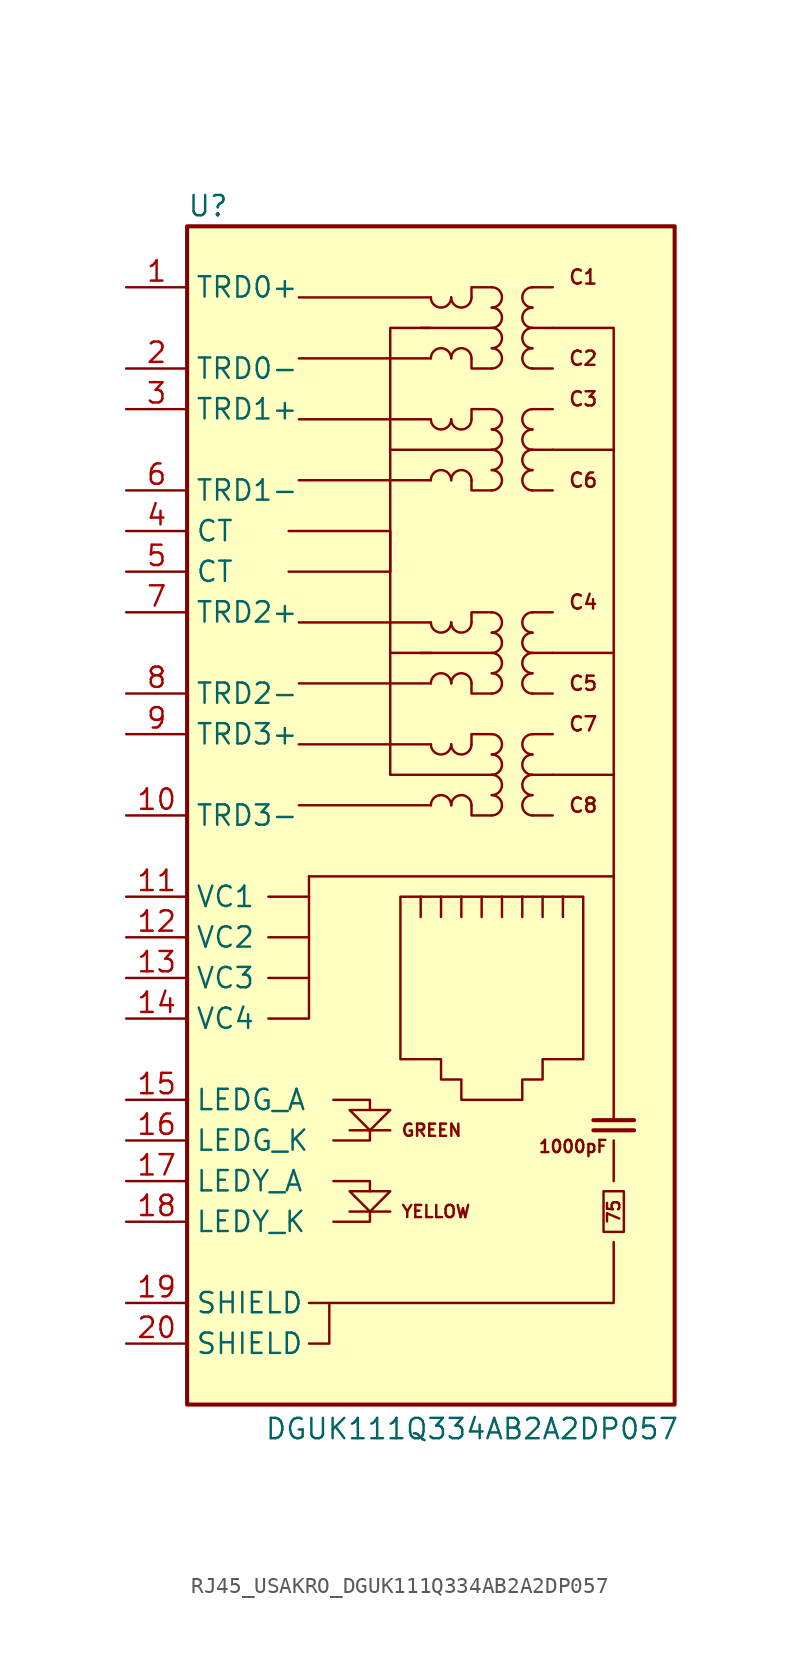
<source format=kicad_sym>
(kicad_symbol_lib
  (version 20241209)
  (generator "kicad_symbol_editor")
  (generator_version "9.0")
  (symbol "RJ45_USAKRO_DGUK111Q334AB2A2DP057"
    (property "Reference" "U"
      (at -17.78 76.2 0)
      (effects (font (size 1.27 1.27)) (justify left)))
    (property "Value" "DGUK111Q334AB2A2DP057"
      (at -12.954 -0.254 0)
      (effects (font (size 1.27 1.27)) (justify left)))
    (symbol "RJ45_USAKRO_DGUK111Q334AB2A2DP057_0_1"
      (polyline (pts (xy 1.27 60.96) (xy -5.08 60.96) (xy -5.08 68.58) (xy -2.54 68.58) (xy -5.08 68.58)) (stroke (width 0) (type default)) (fill (type none)))
      (polyline (pts (xy 1.27 40.64) (xy -5.08 40.64) (xy -5.08 48.26) (xy -2.54 48.26) (xy -5.08 48.26)) (stroke (width 0) (type default)) (fill (type none))))
    (symbol "RJ45_USAKRO_DGUK111Q334AB2A2DP057_1_1"
      (rectangle (start -17.78 1.27) (end 12.7 74.93) (stroke (width 0.254) (type default)) (fill (type background)))
      (polyline (pts (xy -12.7 33.02) (xy -10.16 33.02)) (stroke (width 0) (type default)) (fill (type none)))
      (polyline (pts (xy -12.7 30.48) (xy -10.16 30.48)) (stroke (width 0) (type default)) (fill (type none)))
      (polyline (pts (xy -12.7 27.94) (xy -10.16 27.94)) (stroke (width 0) (type default)) (fill (type none)))
      (polyline (pts (xy -11.43 53.34) (xy -5.08 53.34) (xy -5.08 55.88) (xy -11.43 55.88)) (stroke (width 0) (type default)) (fill (type none)))
      (polyline (pts (xy -10.16 34.29) (xy 8.89 34.29) (xy 8.89 68.58) (xy 5.08 68.58)) (stroke (width 0) (type default)) (fill (type none)))
      (polyline (pts (xy -10.16 33.02) (xy -10.16 34.29)) (stroke (width 0) (type default)) (fill (type none)))
      (polyline (pts (xy -10.16 33.02) (xy -10.16 25.4) (xy -12.7 25.4)) (stroke (width 0) (type default)) (fill (type none)))
      (polyline (pts (xy -10.16 5.08) (xy -8.89 5.08) (xy -8.89 7.62) (xy -10.16 7.62) (xy -8.89 7.62) (xy 8.89 7.62) (xy 8.89 11.43)) (stroke (width 0) (type default)) (fill (type none)))
      (polyline (pts (xy -8.636 20.32) (xy -6.35 20.32) (xy -6.35 19.685)) (stroke (width 0) (type default)) (fill (type none)))
      (polyline (pts (xy -8.636 15.24) (xy -6.35 15.24) (xy -6.35 14.605)) (stroke (width 0) (type default)) (fill (type none)))
      (polyline (pts (xy -8.636 12.7) (xy -6.35 12.7) (xy -6.35 13.335)) (stroke (width 0) (type default)) (fill (type none)))
      (polyline (pts (xy -7.62 19.685) (xy -5.08 19.685) (xy -6.35 18.415) (xy -7.62 19.685)) (stroke (width 0) (type default)) (fill (type none)))
      (polyline (pts (xy -6.35 18.415) (xy -6.35 17.78) (xy -8.636 17.78)) (stroke (width 0) (type default)) (fill (type none)))
      (polyline (pts (xy -5.08 48.26) (xy -5.08 60.96)) (stroke (width 0) (type default)) (fill (type none)))
      (polyline (pts (xy -5.08 18.415) (xy -7.62 18.415)) (stroke (width 0) (type default)) (fill (type none)))
      (polyline (pts (xy -5.08 14.605) (xy -7.62 14.605) (xy -6.35 13.335) (xy -5.08 14.605)) (stroke (width 0) (type default)) (fill (type none)))
      (polyline (pts (xy -5.08 13.335) (xy -7.62 13.335)) (stroke (width 0) (type default)) (fill (type none)))
      (polyline (pts (xy -4.445 33.02) (xy 6.985 33.02) (xy 6.985 22.86) (xy 4.445 22.86) (xy 4.445 21.59) (xy 3.175 21.59) (xy 3.175 20.32) (xy -0.635 20.32) (xy -0.635 21.59) (xy -1.905 21.59) (xy -1.905 22.86) (xy -4.445 22.86) (xy -4.445 33.02)) (stroke (width 0) (type default)) (fill (type none)))
      (polyline (pts (xy -3.175 68.58) (xy 1.27 68.58)) (stroke (width 0) (type default)) (fill (type none)))
      (polyline (pts (xy -3.175 48.26) (xy 1.27 48.26)) (stroke (width 0) (type default)) (fill (type none)))
      (polyline (pts (xy -3.175 31.75) (xy -3.175 33.02)) (stroke (width 0) (type default)) (fill (type none)))
      (polyline (pts (xy -2.54 70.485) (xy -10.795 70.485)) (stroke (width 0) (type default)) (fill (type none)))
      (polyline (pts (xy -2.54 66.675) (xy -10.795 66.675)) (stroke (width 0) (type default)) (fill (type none)))
      (polyline (pts (xy -2.54 62.865) (xy -10.795 62.865)) (stroke (width 0) (type default)) (fill (type none)))
      (polyline (pts (xy -2.54 59.055) (xy -10.795 59.055)) (stroke (width 0) (type default)) (fill (type none)))
      (polyline (pts (xy -2.54 50.165) (xy -10.795 50.165)) (stroke (width 0) (type default)) (fill (type none)))
      (polyline (pts (xy -2.54 46.355) (xy -10.795 46.355)) (stroke (width 0) (type default)) (fill (type none)))
      (polyline (pts (xy -2.54 42.545) (xy -10.795 42.545)) (stroke (width 0) (type default)) (fill (type none)))
      (polyline (pts (xy -2.54 38.735) (xy -10.795 38.735)) (stroke (width 0) (type default)) (fill (type none)))
      (arc (start -1.27 70.485) (mid -1.905 69.8527) (end -2.54 70.485) (stroke (width 0) (type default)) (fill (type none)))
      (arc (start -2.54 66.675) (mid -1.905 67.3072) (end -1.27 66.675) (stroke (width 0) (type default)) (fill (type none)))
      (arc (start -1.27 62.865) (mid -1.905 62.2327) (end -2.54 62.865) (stroke (width 0) (type default)) (fill (type none)))
      (arc (start -2.54 59.055) (mid -1.905 59.6872) (end -1.27 59.055) (stroke (width 0) (type default)) (fill (type none)))
      (arc (start -1.27 50.165) (mid -1.905 49.5327) (end -2.54 50.165) (stroke (width 0) (type default)) (fill (type none)))
      (arc (start -2.54 46.355) (mid -1.905 46.9872) (end -1.27 46.355) (stroke (width 0) (type default)) (fill (type none)))
      (arc (start -1.27 42.545) (mid -1.905 41.9127) (end -2.54 42.545) (stroke (width 0) (type default)) (fill (type none)))
      (arc (start -2.54 38.735) (mid -1.905 39.3672) (end -1.27 38.735) (stroke (width 0) (type default)) (fill (type none)))
      (polyline (pts (xy -1.905 33.02) (xy -1.905 31.75)) (stroke (width 0) (type default)) (fill (type none)))
      (arc (start 0 70.485) (mid -0.635 69.8527) (end -1.27 70.485) (stroke (width 0) (type default)) (fill (type none)))
      (arc (start -1.27 66.675) (mid -0.635 67.3072) (end 0 66.675) (stroke (width 0) (type default)) (fill (type none)))
      (arc (start 0 62.865) (mid -0.635 62.2327) (end -1.27 62.865) (stroke (width 0) (type default)) (fill (type none)))
      (arc (start -1.27 59.055) (mid -0.635 59.6872) (end 0 59.055) (stroke (width 0) (type default)) (fill (type none)))
      (arc (start 0 50.165) (mid -0.635 49.5327) (end -1.27 50.165) (stroke (width 0) (type default)) (fill (type none)))
      (arc (start -1.27 46.355) (mid -0.635 46.9872) (end 0 46.355) (stroke (width 0) (type default)) (fill (type none)))
      (arc (start 0 42.545) (mid -0.635 41.9127) (end -1.27 42.545) (stroke (width 0) (type default)) (fill (type none)))
      (arc (start -1.27 38.735) (mid -0.635 39.3672) (end 0 38.735) (stroke (width 0) (type default)) (fill (type none)))
      (polyline (pts (xy -0.635 33.02) (xy -0.635 31.75)) (stroke (width 0) (type default)) (fill (type none)))
      (polyline (pts (xy 0 66.675) (xy 0 66.04) (xy 1.27 66.04)) (stroke (width 0) (type default)) (fill (type none)))
      (polyline (pts (xy 0 59.055) (xy 0 58.42) (xy 1.27 58.42)) (stroke (width 0) (type default)) (fill (type none)))
      (polyline (pts (xy 0 46.355) (xy 0 45.72) (xy 1.27 45.72)) (stroke (width 0) (type default)) (fill (type none)))
      (polyline (pts (xy 0 38.735) (xy 0 38.1) (xy 1.27 38.1)) (stroke (width 0) (type default)) (fill (type none)))
      (polyline (pts (xy 0.635 33.02) (xy 0.635 31.75)) (stroke (width 0) (type default)) (fill (type none)))
      (arc (start 1.27 71.12) (mid 1.9022 70.485) (end 1.27 69.85) (stroke (width 0) (type default)) (fill (type none)))
      (arc (start 1.27 69.85) (mid 1.9022 69.215) (end 1.27 68.58) (stroke (width 0) (type default)) (fill (type none)))
      (arc (start 1.27 68.58) (mid 1.9022 67.945) (end 1.27 67.31) (stroke (width 0) (type default)) (fill (type none)))
      (arc (start 1.27 67.31) (mid 1.9022 66.675) (end 1.27 66.04) (stroke (width 0) (type default)) (fill (type none)))
      (arc (start 1.27 63.5) (mid 1.9022 62.865) (end 1.27 62.23) (stroke (width 0) (type default)) (fill (type none)))
      (arc (start 1.27 62.23) (mid 1.9022 61.595) (end 1.27 60.96) (stroke (width 0) (type default)) (fill (type none)))
      (arc (start 1.27 60.96) (mid 1.9022 60.325) (end 1.27 59.69) (stroke (width 0) (type default)) (fill (type none)))
      (arc (start 1.27 59.69) (mid 1.9022 59.055) (end 1.27 58.42) (stroke (width 0) (type default)) (fill (type none)))
      (arc (start 1.27 50.8) (mid 1.9022 50.165) (end 1.27 49.53) (stroke (width 0) (type default)) (fill (type none)))
      (arc (start 1.27 49.53) (mid 1.9022 48.895) (end 1.27 48.26) (stroke (width 0) (type default)) (fill (type none)))
      (arc (start 1.27 48.26) (mid 1.9022 47.625) (end 1.27 46.99) (stroke (width 0) (type default)) (fill (type none)))
      (arc (start 1.27 46.99) (mid 1.9022 46.355) (end 1.27 45.72) (stroke (width 0) (type default)) (fill (type none)))
      (arc (start 1.27 43.18) (mid 1.9022 42.545) (end 1.27 41.91) (stroke (width 0) (type default)) (fill (type none)))
      (arc (start 1.27 41.91) (mid 1.9022 41.275) (end 1.27 40.64) (stroke (width 0) (type default)) (fill (type none)))
      (arc (start 1.27 40.64) (mid 1.9022 40.005) (end 1.27 39.37) (stroke (width 0) (type default)) (fill (type none)))
      (arc (start 1.27 39.37) (mid 1.9022 38.735) (end 1.27 38.1) (stroke (width 0) (type default)) (fill (type none)))
      (polyline (pts (xy 1.27 71.12) (xy 0 71.12) (xy 0 70.485)) (stroke (width 0) (type default)) (fill (type none)))
      (polyline (pts (xy 1.27 63.5) (xy 0 63.5) (xy 0 62.865)) (stroke (width 0) (type default)) (fill (type none)))
      (polyline (pts (xy 1.27 50.8) (xy 0 50.8) (xy 0 50.165)) (stroke (width 0) (type default)) (fill (type none)))
      (polyline (pts (xy 1.27 43.18) (xy 0 43.18) (xy 0 42.545)) (stroke (width 0) (type default)) (fill (type none)))
      (polyline (pts (xy 1.905 33.02) (xy 1.905 31.75)) (stroke (width 0) (type default)) (fill (type none)))
      (polyline (pts (xy 3.175 33.02) (xy 3.175 31.75)) (stroke (width 0) (type default)) (fill (type none)))
      (polyline (pts (xy 3.81 71.12) (xy 5.08 71.12)) (stroke (width 0) (type default)) (fill (type none)))
      (polyline (pts (xy 3.81 68.58) (xy 5.08 68.58)) (stroke (width 0) (type default)) (fill (type none)))
      (polyline (pts (xy 3.81 66.04) (xy 5.08 66.04)) (stroke (width 0) (type default)) (fill (type none)))
      (polyline (pts (xy 3.81 63.5) (xy 5.08 63.5)) (stroke (width 0) (type default)) (fill (type none)))
      (polyline (pts (xy 3.81 60.96) (xy 5.08 60.96)) (stroke (width 0) (type default)) (fill (type none)))
      (polyline (pts (xy 3.81 58.42) (xy 5.08 58.42)) (stroke (width 0) (type default)) (fill (type none)))
      (polyline (pts (xy 3.81 50.8) (xy 5.08 50.8)) (stroke (width 0) (type default)) (fill (type none)))
      (polyline (pts (xy 3.81 48.26) (xy 5.08 48.26)) (stroke (width 0) (type default)) (fill (type none)))
      (polyline (pts (xy 3.81 45.72) (xy 5.08 45.72)) (stroke (width 0) (type default)) (fill (type none)))
      (polyline (pts (xy 3.81 43.18) (xy 5.08 43.18)) (stroke (width 0) (type default)) (fill (type none)))
      (polyline (pts (xy 3.81 40.64) (xy 5.08 40.64)) (stroke (width 0) (type default)) (fill (type none)))
      (polyline (pts (xy 3.81 38.1) (xy 5.08 38.1)) (stroke (width 0) (type default)) (fill (type none)))
      (arc (start 3.81 69.85) (mid 3.178 70.485) (end 3.81 71.12) (stroke (width 0) (type default)) (fill (type none)))
      (arc (start 3.81 68.58) (mid 3.178 69.215) (end 3.81 69.85) (stroke (width 0) (type default)) (fill (type none)))
      (arc (start 3.81 67.31) (mid 3.178 67.945) (end 3.81 68.58) (stroke (width 0) (type default)) (fill (type none)))
      (arc (start 3.81 66.04) (mid 3.178 66.675) (end 3.81 67.31) (stroke (width 0) (type default)) (fill (type none)))
      (arc (start 3.81 62.23) (mid 3.178 62.865) (end 3.81 63.5) (stroke (width 0) (type default)) (fill (type none)))
      (arc (start 3.81 60.96) (mid 3.178 61.595) (end 3.81 62.23) (stroke (width 0) (type default)) (fill (type none)))
      (arc (start 3.81 59.69) (mid 3.178 60.325) (end 3.81 60.96) (stroke (width 0) (type default)) (fill (type none)))
      (arc (start 3.81 58.42) (mid 3.178 59.055) (end 3.81 59.69) (stroke (width 0) (type default)) (fill (type none)))
      (arc (start 3.81 49.53) (mid 3.178 50.165) (end 3.81 50.8) (stroke (width 0) (type default)) (fill (type none)))
      (arc (start 3.81 48.26) (mid 3.178 48.895) (end 3.81 49.53) (stroke (width 0) (type default)) (fill (type none)))
      (arc (start 3.81 46.99) (mid 3.178 47.625) (end 3.81 48.26) (stroke (width 0) (type default)) (fill (type none)))
      (arc (start 3.81 45.72) (mid 3.178 46.355) (end 3.81 46.99) (stroke (width 0) (type default)) (fill (type none)))
      (arc (start 3.81 41.91) (mid 3.178 42.545) (end 3.81 43.18) (stroke (width 0) (type default)) (fill (type none)))
      (arc (start 3.81 40.64) (mid 3.178 41.275) (end 3.81 41.91) (stroke (width 0) (type default)) (fill (type none)))
      (arc (start 3.81 39.37) (mid 3.178 40.005) (end 3.81 40.64) (stroke (width 0) (type default)) (fill (type none)))
      (arc (start 3.81 38.1) (mid 3.178 38.735) (end 3.81 39.37) (stroke (width 0) (type default)) (fill (type none)))
      (polyline (pts (xy 4.445 31.75) (xy 4.445 33.02)) (stroke (width 0) (type default)) (fill (type none)))
      (polyline (pts (xy 5.08 60.96) (xy 8.89 60.96)) (stroke (width 0) (type default)) (fill (type none)))
      (polyline (pts (xy 5.08 48.26) (xy 8.89 48.26)) (stroke (width 0) (type default)) (fill (type none)))
      (polyline (pts (xy 5.08 40.64) (xy 8.89 40.64)) (stroke (width 0) (type default)) (fill (type none)))
      (polyline (pts (xy 5.715 31.75) (xy 5.715 33.02)) (stroke (width 0) (type default)) (fill (type none)))
      (polyline (pts (xy 7.62 19.05) (xy 10.16 19.05)) (stroke (width 0.254) (type default)) (fill (type none)))
      (polyline (pts (xy 7.62 18.415) (xy 10.16 18.415)) (stroke (width 0.254) (type default)) (fill (type none)))
      (polyline (pts (xy 8.89 19.05) (xy 8.89 34.29)) (stroke (width 0) (type default)) (fill (type none)))
      (polyline (pts (xy 8.89 15.24) (xy 8.89 17.78)) (stroke (width 0) (type default)) (fill (type none)))
      (rectangle (start 9.525 12.065) (end 8.255 14.605) (stroke (width 0) (type default)) (fill (type none)))
      (text "GREEN" (at -4.445 18.415 0) (effects (font (size 0.762 0.762)) (justify left)))
      (text "YELLOW" (at -4.445 13.335 0) (effects (font (size 0.762 0.762)) (justify left)))
      (text "1000pF" (at 6.35 17.399 0) (effects (font (size 0.762 0.762))))
      (text "C1" (at 6.985 71.755 0) (effects (font (size 0.889 0.889))))
      (text "C2" (at 6.985 66.675 0) (effects (font (size 0.889 0.889))))
      (text "C3" (at 6.985 64.135 0) (effects (font (size 0.889 0.889))))
      (text "C6" (at 6.985 59.055 0) (effects (font (size 0.889 0.889))))
      (text "C4" (at 6.985 51.435 0) (effects (font (size 0.889 0.889))))
      (text "C5" (at 6.985 46.355 0) (effects (font (size 0.889 0.889))))
      (text "C7" (at 6.985 43.815 0) (effects (font (size 0.889 0.889))))
      (text "C8" (at 6.985 38.735 0) (effects (font (size 0.889 0.889))))
      (text "75" (at 8.89 13.335 900) (effects (font (size 0.762 0.762))))
      (pin passive line (at -21.59 71.12 0) (length 3.81) (name "TRD0+" (effects (font (size 1.27 1.27)))) (number "1" (effects (font (size 1.27 1.27)))))
      (pin passive line (at -21.59 66.04 0) (length 3.81) (name "TRD0-" (effects (font (size 1.27 1.27)))) (number "2" (effects (font (size 1.27 1.27)))))
      (pin passive line (at -21.59 63.5 0) (length 3.81) (name "TRD1+" (effects (font (size 1.27 1.27)))) (number "3" (effects (font (size 1.27 1.27)))))
      (pin passive line (at -21.59 58.42 0) (length 3.81) (name "TRD1-" (effects (font (size 1.27 1.27)))) (number "6" (effects (font (size 1.27 1.27)))))
      (pin passive line (at -21.59 55.88 0) (length 3.81) (name "CT" (effects (font (size 1.27 1.27)))) (number "4" (effects (font (size 1.27 1.27)))))
      (pin passive line (at -21.59 53.34 0) (length 3.81) (name "CT" (effects (font (size 1.27 1.27)))) (number "5" (effects (font (size 1.27 1.27)))))
      (pin passive line (at -21.59 50.8 0) (length 3.81) (name "TRD2+" (effects (font (size 1.27 1.27)))) (number "7" (effects (font (size 1.27 1.27)))))
      (pin passive line (at -21.59 45.72 0) (length 3.81) (name "TRD2-" (effects (font (size 1.27 1.27)))) (number "8" (effects (font (size 1.27 1.27)))))
      (pin passive line (at -21.59 43.18 0) (length 3.81) (name "TRD3+" (effects (font (size 1.27 1.27)))) (number "9" (effects (font (size 1.27 1.27)))))
      (pin passive line (at -21.59 38.1 0) (length 3.81) (name "TRD3-" (effects (font (size 1.27 1.27)))) (number "10" (effects (font (size 1.27 1.27)))))
      (pin passive line (at -21.59 33.02 0) (length 3.81) (name "VC1" (effects (font (size 1.27 1.27)))) (number "11" (effects (font (size 1.27 1.27)))))
      (pin passive line (at -21.59 30.48 0) (length 3.81) (name "VC2" (effects (font (size 1.27 1.27)))) (number "12" (effects (font (size 1.27 1.27)))))
      (pin passive line (at -21.59 27.94 0) (length 3.81) (name "VC3" (effects (font (size 1.27 1.27)))) (number "13" (effects (font (size 1.27 1.27)))))
      (pin passive line (at -21.59 25.4 0) (length 3.81) (name "VC4" (effects (font (size 1.27 1.27)))) (number "14" (effects (font (size 1.27 1.27)))))
      (pin passive line (at -21.59 20.32 0) (length 3.81) (name "LEDG_A" (effects (font (size 1.27 1.27)))) (number "15" (effects (font (size 1.27 1.27)))))
      (pin passive line (at -21.59 17.78 0) (length 3.81) (name "LEDG_K" (effects (font (size 1.27 1.27)))) (number "16" (effects (font (size 1.27 1.27)))))
      (pin passive line (at -21.59 15.24 0) (length 3.81) (name "LEDY_A" (effects (font (size 1.27 1.27)))) (number "17" (effects (font (size 1.27 1.27)))))
      (pin passive line (at -21.59 12.7 0) (length 3.81) (name "LEDY_K" (effects (font (size 1.27 1.27)))) (number "18" (effects (font (size 1.27 1.27)))))
      (pin passive line (at -21.59 7.62 0) (length 3.81) (name "SHIELD" (effects (font (size 1.27 1.27)))) (number "19" (effects (font (size 1.27 1.27)))))
      (pin passive line (at -21.59 5.08 0) (length 3.81) (name "SHIELD" (effects (font (size 1.27 1.27)))) (number "20" (effects (font (size 1.27 1.27))))))))
</source>
